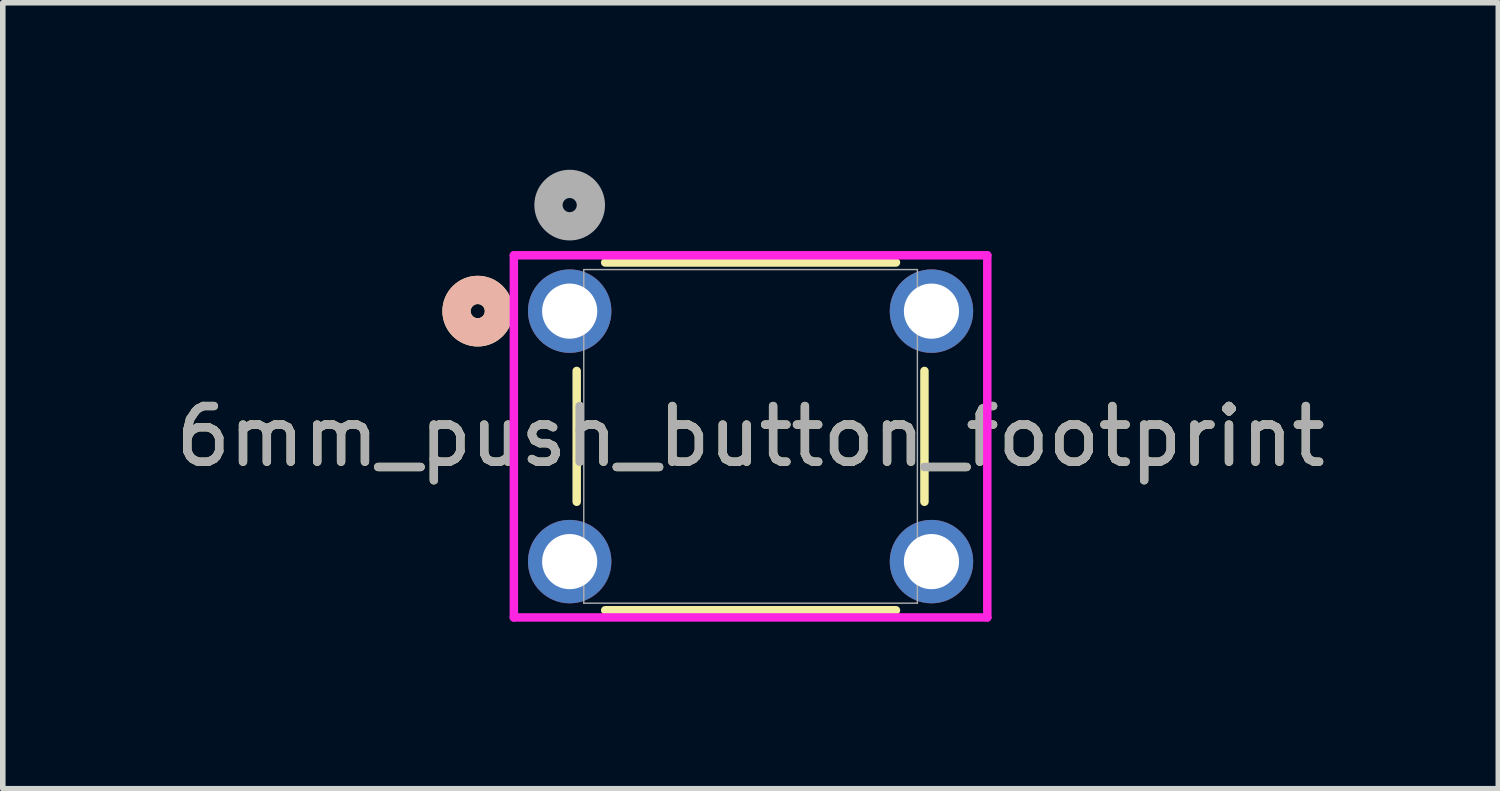
<source format=kicad_pcb>
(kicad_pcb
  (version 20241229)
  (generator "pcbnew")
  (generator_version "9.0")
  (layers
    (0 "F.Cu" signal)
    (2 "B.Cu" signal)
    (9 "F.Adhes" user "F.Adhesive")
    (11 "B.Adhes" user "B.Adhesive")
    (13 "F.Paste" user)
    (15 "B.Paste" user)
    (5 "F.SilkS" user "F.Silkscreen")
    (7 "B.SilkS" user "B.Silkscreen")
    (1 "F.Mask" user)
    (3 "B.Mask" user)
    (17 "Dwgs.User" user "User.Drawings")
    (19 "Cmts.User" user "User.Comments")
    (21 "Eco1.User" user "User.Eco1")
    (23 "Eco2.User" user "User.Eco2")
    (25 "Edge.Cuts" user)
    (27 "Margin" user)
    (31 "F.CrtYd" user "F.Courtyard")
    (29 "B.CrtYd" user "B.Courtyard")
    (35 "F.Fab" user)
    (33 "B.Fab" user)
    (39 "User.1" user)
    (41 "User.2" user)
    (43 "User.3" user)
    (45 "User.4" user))
  (footprint "6mm_push_button_footprint"
    (layer "F.Cu")
    (at 7.185 2.54)
    (property "Reference" "6mm_push_button_footprint" (at 3.25 2.25 0) (unlocked yes) (layer "F.SilkS") (effects (font (size 1 1) (thickness 0.15))))
    (attr through_hole)
    (fp_line (start 0.126 1.075) (end 0.126 3.425) (stroke (width 0.152) (type solid)) (layer "F.SilkS"))
    (fp_line (start 0.638 5.374) (end 5.862 5.374) (stroke (width 0.152) (type solid)) (layer "F.SilkS"))
    (fp_line (start 5.862 -0.874) (end 0.638 -0.874) (stroke (width 0.152) (type solid)) (layer "F.SilkS"))
    (fp_line (start 6.374 3.425) (end 6.374 1.075) (stroke (width 0.152) (type solid)) (layer "F.SilkS"))
    (fp_circle (center -1.652 0) (end -1.271 0) (stroke (width 0.508) (type solid)) (fill no) (layer "F.SilkS"))
    (fp_circle (center -1.652 0) (end -1.271 0) (stroke (width 0.508) (type solid)) (fill no) (layer "B.SilkS"))
    (fp_line (start -1.003 -1.003) (end -1.003 5.503) (stroke (width 0.152) (type solid)) (layer "F.CrtYd"))
    (fp_line (start -1.003 5.503) (end 7.503 5.503) (stroke (width 0.152) (type solid)) (layer "F.CrtYd"))
    (fp_line (start 7.503 -1.003) (end -1.003 -1.003) (stroke (width 0.152) (type solid)) (layer "F.CrtYd"))
    (fp_line (start 7.503 5.503) (end 7.503 -1.003) (stroke (width 0.152) (type solid)) (layer "F.CrtYd"))
    (fp_line (start 0.253 -0.747) (end 0.253 5.247) (stroke (width 0.025) (type solid)) (layer "F.Fab"))
    (fp_line (start 0.253 5.247) (end 6.247 5.247) (stroke (width 0.025) (type solid)) (layer "F.Fab"))
    (fp_line (start 6.247 -0.747) (end 0.253 -0.747) (stroke (width 0.025) (type solid)) (layer "F.Fab"))
    (fp_line (start 6.247 5.247) (end 6.247 -0.747) (stroke (width 0.025) (type solid)) (layer "F.Fab"))
    (fp_circle (center 0 -1.905) (end 0.381 -1.905) (stroke (width 0.508) (type solid)) (fill no) (layer "F.Fab"))
    (fp_text user "${REFERENCE}" (at 3.25 2.25 0) (unlocked yes) (layer "F.Fab") (effects (font (size 1 1) (thickness 0.15))))
    (pad "1" thru_hole circle (at 0 0) (size 1.499 1.499) (drill 0.991) (layers "*.Cu" "*.Mask"))
    (pad "2" thru_hole circle (at 6.5 0) (size 1.499 1.499) (drill 0.991) (layers "*.Cu" "*.Mask"))
    (pad "3" thru_hole circle (at 0 4.5) (size 1.499 1.499) (drill 0.991) (layers "*.Cu" "*.Mask"))
    (pad "4" thru_hole circle (at 6.5 4.5) (size 1.499 1.499) (drill 0.991) (layers "*.Cu" "*.Mask")))
  (gr_rect
    (start -3 -3)
    (end 23.869 11.12)
    (stroke (width 0.1) (type default))
    (fill no)
    (layer "Edge.Cuts")))
</source>
